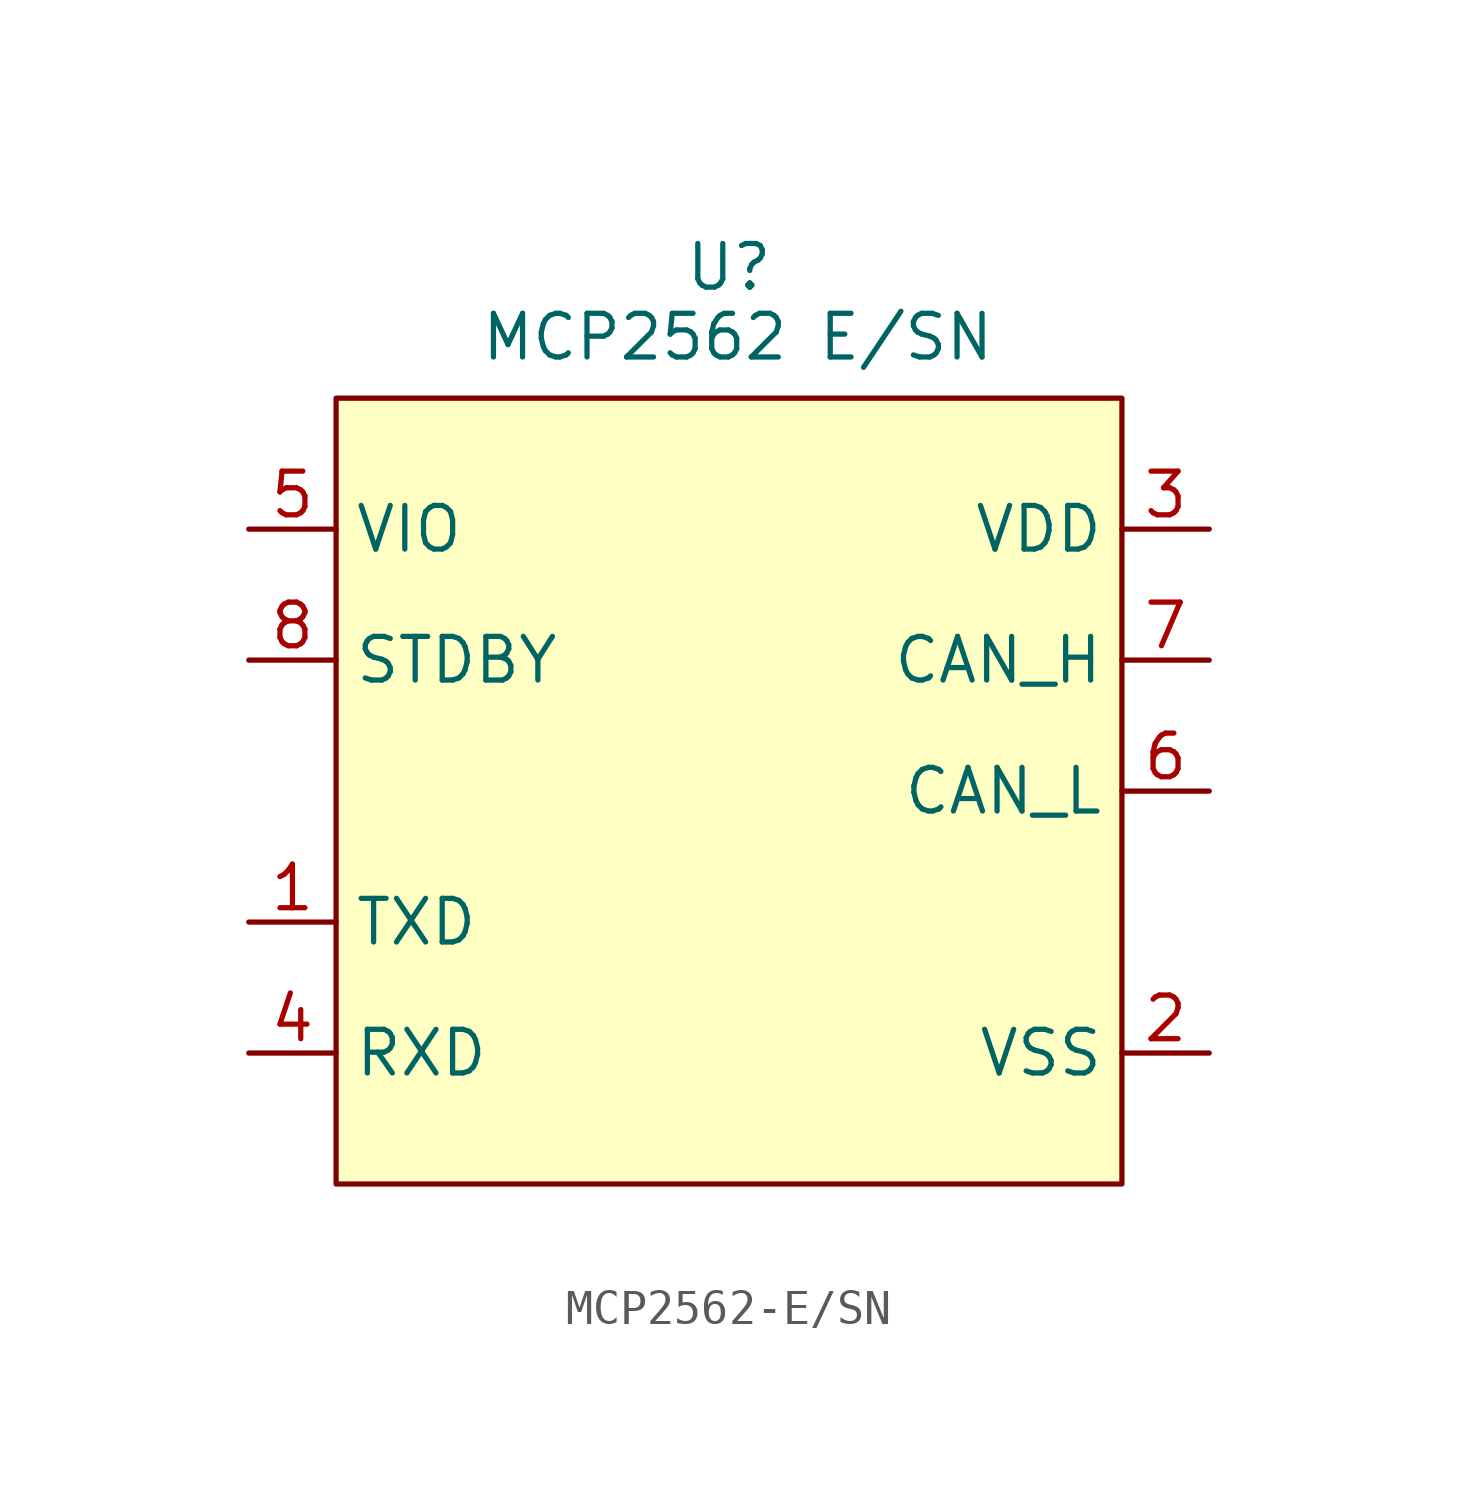
<source format=kicad_sym>
(kicad_symbol_lib
  (version 20241209)
  (generator "kicad_symbol_editor")
  (generator_version "9.0")
  (symbol "MCP2562-E/SN"
    (property "Reference" "U"
      (at 0 0 0)
      (effects (font (size 1.27 1.27))))
    (property "Value" "MCP2562 E/SN"
      (at 0.254 -2.032 0)
      (effects (font (size 1.27 1.27))))
    (symbol "MCP2562-E/SN_1_1"
      (rectangle (start -11.43 -3.81) (end 11.43 -26.67) (stroke (width 0) (type solid)) (fill (type color) (color 255 255 195 1)))
      (pin input line (at -13.97 -7.62 0) (length 2.54) (name "VIO" (effects (font (size 1.27 1.27)))) (number "5" (effects (font (size 1.27 1.27)))))
      (pin input line (at -13.97 -11.43 0) (length 2.54) (name "STDBY" (effects (font (size 1.27 1.27)))) (number "8" (effects (font (size 1.27 1.27)))))
      (pin input line (at -13.97 -19.05 0) (length 2.54) (name "TXD" (effects (font (size 1.27 1.27)))) (number "1" (effects (font (size 1.27 1.27)))))
      (pin input line (at -13.97 -22.86 0) (length 2.54) (name "RXD" (effects (font (size 1.27 1.27)))) (number "4" (effects (font (size 1.27 1.27)))))
      (pin input line (at 13.97 -7.62 180) (length 2.54) (name "VDD" (effects (font (size 1.27 1.27)))) (number "3" (effects (font (size 1.27 1.27)))))
      (pin input line (at 13.97 -11.43 180) (length 2.54) (name "CAN_H" (effects (font (size 1.27 1.27)))) (number "7" (effects (font (size 1.27 1.27)))))
      (pin input line (at 13.97 -15.24 180) (length 2.54) (name "CAN_L" (effects (font (size 1.27 1.27)))) (number "6" (effects (font (size 1.27 1.27)))))
      (pin input line (at 13.97 -22.86 180) (length 2.54) (name "VSS" (effects (font (size 1.27 1.27)))) (number "2" (effects (font (size 1.27 1.27))))))))
</source>
